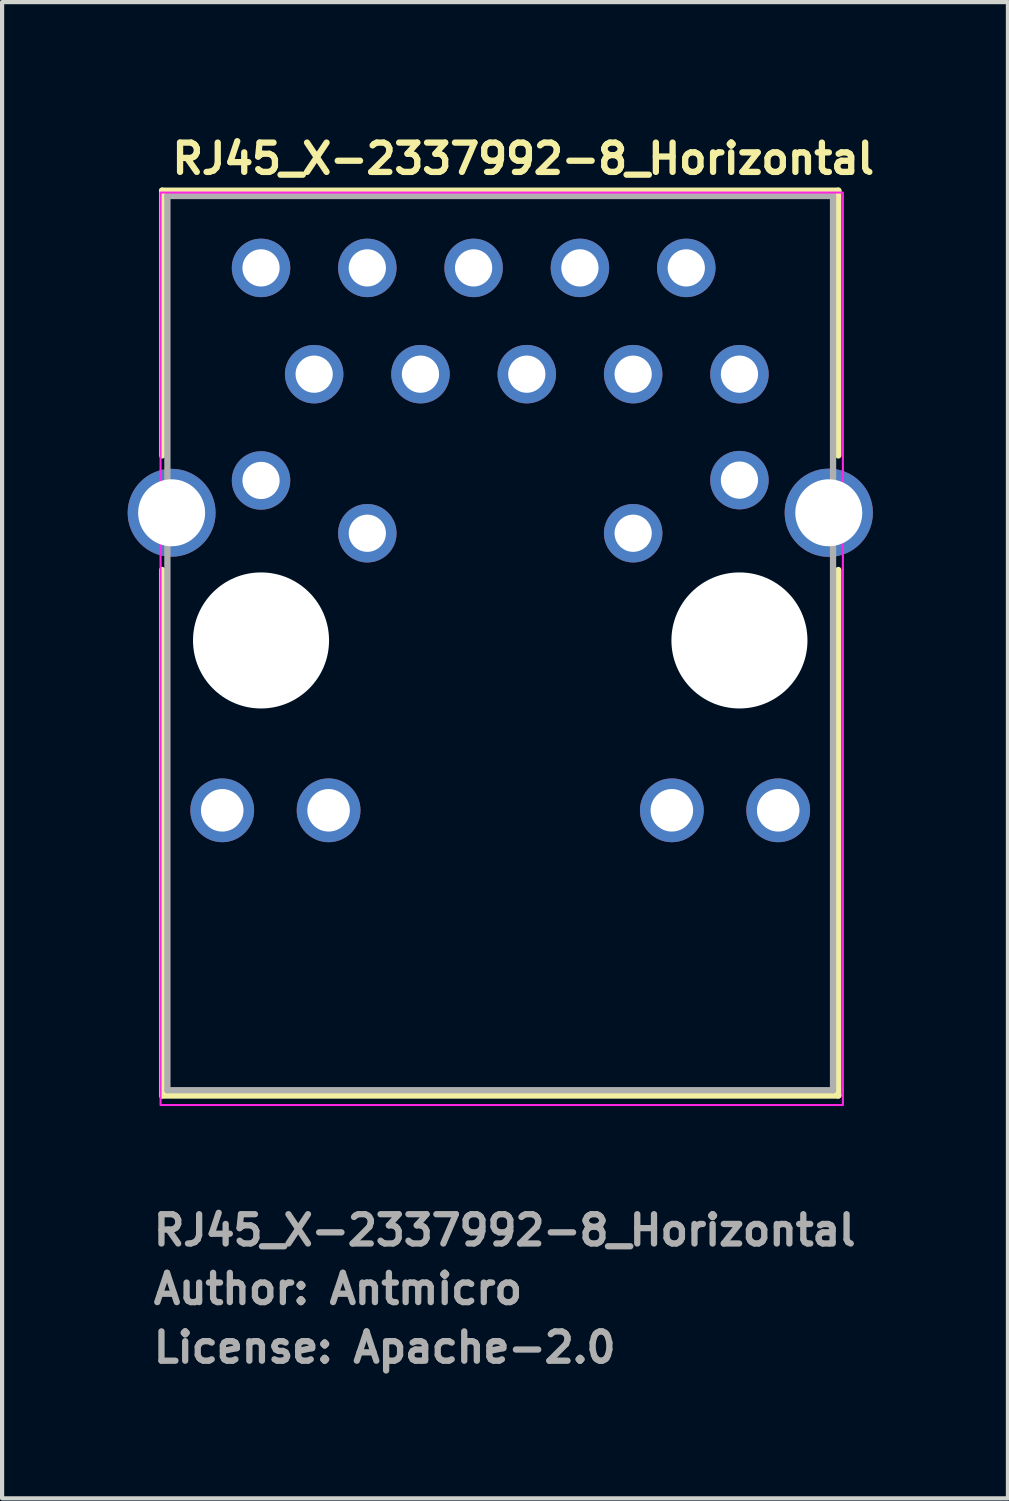
<source format=kicad_pcb>
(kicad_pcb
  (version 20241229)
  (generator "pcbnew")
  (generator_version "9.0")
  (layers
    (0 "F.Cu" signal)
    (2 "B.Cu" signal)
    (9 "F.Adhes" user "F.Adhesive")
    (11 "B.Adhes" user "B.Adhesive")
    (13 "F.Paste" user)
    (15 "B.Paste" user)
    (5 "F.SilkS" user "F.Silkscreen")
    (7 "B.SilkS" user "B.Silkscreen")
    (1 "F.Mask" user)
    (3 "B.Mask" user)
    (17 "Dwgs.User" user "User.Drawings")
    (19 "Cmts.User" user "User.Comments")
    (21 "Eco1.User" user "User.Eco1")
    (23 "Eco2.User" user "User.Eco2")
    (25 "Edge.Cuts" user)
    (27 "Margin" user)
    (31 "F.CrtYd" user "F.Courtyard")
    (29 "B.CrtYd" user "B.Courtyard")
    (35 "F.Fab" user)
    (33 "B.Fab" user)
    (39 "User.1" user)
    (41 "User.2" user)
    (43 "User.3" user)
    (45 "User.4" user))
  (footprint "RJ45_X-2337992-8_Horizontal"
    (layer "F.Cu")
    (at 3.186 3.35)
    (property "Reference" "RJ45_X-2337992-8_Horizontal" (at -2.2 -2.2 0) (layer "F.SilkS") (effects (font (size 0.7 0.7) (thickness 0.15)) (justify left bottom)))
    (attr through_hole)
    (fp_line (start -2.363 -1.845) (end -2.363 4.48) (stroke (width 0.15) (type solid)) (layer "F.SilkS"))
    (fp_line (start -2.363 7.217) (end -2.363 19.771) (stroke (width 0.15) (type solid)) (layer "F.SilkS"))
    (fp_line (start -2.363 19.771) (end 13.791 19.771) (stroke (width 0.15) (type solid)) (layer "F.SilkS"))
    (fp_line (start 13.791 -1.845) (end -2.363 -1.845) (stroke (width 0.15) (type solid)) (layer "F.SilkS"))
    (fp_line (start 13.791 4.48) (end 13.791 -1.845) (stroke (width 0.15) (type solid)) (layer "F.SilkS"))
    (fp_line (start 13.791 19.771) (end 13.791 7.217) (stroke (width 0.15) (type solid)) (layer "F.SilkS"))
    (fp_rect (start -2.4 -1.8) (end 13.9 19.999) (stroke (width 0.05) (type solid)) (fill no) (layer "F.CrtYd"))
    (fp_line (start -2.237 -1.718) (end -2.237 19.644) (stroke (width 0.15) (type solid)) (layer "F.Fab"))
    (fp_line (start -2.237 19.644) (end 13.665 19.644) (stroke (width 0.15) (type solid)) (layer "F.Fab"))
    (fp_line (start 13.665 -1.718) (end -2.237 -1.718) (stroke (width 0.15) (type solid)) (layer "F.Fab"))
    (fp_line (start 13.665 19.644) (end 13.665 -1.718) (stroke (width 0.15) (type solid)) (layer "F.Fab"))
    (fp_rect (start -2.351 -1.601) (end 13.848 19.999) (stroke (width 0.1) (type solid)) (fill no) (layer "User.5"))
    (fp_line (start -2.351 5.922) (end -2.351 5.95) (stroke (width 0.02) (type solid)) (layer "User.9"))
    (fp_line (start -2.351 5.95) (end -2.351 5.95) (stroke (width 0.02) (type solid)) (layer "User.9"))
    (fp_line (start -2.351 5.95) (end -2.351 5.975) (stroke (width 0.02) (type solid)) (layer "User.9"))
    (fp_line (start -2.351 5.975) (end -2.348 6.002) (stroke (width 0.02) (type solid)) (layer "User.9"))
    (fp_line (start -2.348 5.895) (end -2.351 5.922) (stroke (width 0.02) (type solid)) (layer "User.9"))
    (fp_line (start -2.348 6.002) (end -2.346 6.028) (stroke (width 0.02) (type solid)) (layer "User.9"))
    (fp_line (start -2.346 5.869) (end -2.348 5.895) (stroke (width 0.02) (type solid)) (layer "User.9"))
    (fp_line (start -2.346 6.028) (end -2.342 6.054) (stroke (width 0.02) (type solid)) (layer "User.9"))
    (fp_line (start -2.342 5.844) (end -2.346 5.869) (stroke (width 0.02) (type solid)) (layer "User.9"))
    (fp_line (start -2.342 6.054) (end -2.335 6.081) (stroke (width 0.02) (type solid)) (layer "User.9"))
    (fp_line (start -2.335 5.818) (end -2.342 5.844) (stroke (width 0.02) (type solid)) (layer "User.9"))
    (fp_line (start -2.335 6.081) (end -2.33 6.107) (stroke (width 0.02) (type solid)) (layer "User.9"))
    (fp_line (start -2.33 5.791) (end -2.335 5.818) (stroke (width 0.02) (type solid)) (layer "User.9"))
    (fp_line (start -2.33 6.107) (end -2.322 6.132) (stroke (width 0.02) (type solid)) (layer "User.9"))
    (fp_line (start -2.322 5.767) (end -2.33 5.791) (stroke (width 0.02) (type solid)) (layer "User.9"))
    (fp_line (start -2.322 6.132) (end -2.312 6.156) (stroke (width 0.02) (type solid)) (layer "User.9"))
    (fp_line (start -2.312 5.741) (end -2.322 5.767) (stroke (width 0.02) (type solid)) (layer "User.9"))
    (fp_line (start -2.312 6.156) (end -2.302 6.182) (stroke (width 0.02) (type solid)) (layer "User.9"))
    (fp_line (start -2.302 5.717) (end -2.312 5.741) (stroke (width 0.02) (type solid)) (layer "User.9"))
    (fp_line (start -2.302 6.182) (end -2.29 6.206) (stroke (width 0.02) (type solid)) (layer "User.9"))
    (fp_line (start -2.29 5.693) (end -2.302 5.717) (stroke (width 0.02) (type solid)) (layer "User.9"))
    (fp_line (start -2.29 6.206) (end -2.278 6.228) (stroke (width 0.02) (type solid)) (layer "User.9"))
    (fp_line (start -2.278 5.669) (end -2.29 5.693) (stroke (width 0.02) (type solid)) (layer "User.9"))
    (fp_line (start -2.278 6.228) (end -2.265 6.251) (stroke (width 0.02) (type solid)) (layer "User.9"))
    (fp_line (start -2.265 5.647) (end -2.278 5.669) (stroke (width 0.02) (type solid)) (layer "User.9"))
    (fp_line (start -2.265 6.251) (end -2.25 6.273) (stroke (width 0.02) (type solid)) (layer "User.9"))
    (fp_line (start -2.25 5.624) (end -2.265 5.647) (stroke (width 0.02) (type solid)) (layer "User.9"))
    (fp_line (start -2.25 6.273) (end -2.234 6.296) (stroke (width 0.02) (type solid)) (layer "User.9"))
    (fp_line (start -2.234 5.602) (end -2.25 5.624) (stroke (width 0.02) (type solid)) (layer "User.9"))
    (fp_line (start -2.234 6.296) (end -2.218 6.317) (stroke (width 0.02) (type solid)) (layer "User.9"))
    (fp_line (start -2.218 5.581) (end -2.234 5.602) (stroke (width 0.02) (type solid)) (layer "User.9"))
    (fp_line (start -2.218 6.317) (end -2.202 6.336) (stroke (width 0.02) (type solid)) (layer "User.9"))
    (fp_line (start -2.202 5.562) (end -2.218 5.581) (stroke (width 0.02) (type solid)) (layer "User.9"))
    (fp_line (start -2.202 19.548) (end -2.202 -1.401) (stroke (width 0.02) (type solid)) (layer "User.9"))
    (fp_line (start -2.202 19.548) (end -2.201 19.559) (stroke (width 0.02) (type solid)) (layer "User.9"))
    (fp_line (start -2.201 -1.42) (end -2.201 -1.41) (stroke (width 0.02) (type solid)) (layer "User.9"))
    (fp_line (start -2.201 -1.41) (end -2.202 -1.401) (stroke (width 0.02) (type solid)) (layer "User.9"))
    (fp_line (start -2.201 19.559) (end -2.201 19.568) (stroke (width 0.02) (type solid)) (layer "User.9"))
    (fp_line (start -2.201 19.568) (end -2.198 19.579) (stroke (width 0.02) (type solid)) (layer "User.9"))
    (fp_line (start -2.198 -1.44) (end -2.198 -1.43) (stroke (width 0.02) (type solid)) (layer "User.9"))
    (fp_line (start -2.198 -1.43) (end -2.201 -1.42) (stroke (width 0.02) (type solid)) (layer "User.9"))
    (fp_line (start -2.198 19.579) (end -2.198 19.588) (stroke (width 0.02) (type solid)) (layer "User.9"))
    (fp_line (start -2.198 19.588) (end -2.194 19.597) (stroke (width 0.02) (type solid)) (layer "User.9"))
    (fp_line (start -2.194 -1.45) (end -2.198 -1.44) (stroke (width 0.02) (type solid)) (layer "User.9"))
    (fp_line (start -2.194 19.597) (end -2.193 19.608) (stroke (width 0.02) (type solid)) (layer "User.9"))
    (fp_line (start -2.193 -1.46) (end -2.194 -1.45) (stroke (width 0.02) (type solid)) (layer "User.9"))
    (fp_line (start -2.193 19.608) (end -2.19 19.617) (stroke (width 0.02) (type solid)) (layer "User.9"))
    (fp_line (start -2.19 -1.468) (end -2.193 -1.46) (stroke (width 0.02) (type solid)) (layer "User.9"))
    (fp_line (start -2.19 19.617) (end -2.186 19.626) (stroke (width 0.02) (type solid)) (layer "User.9"))
    (fp_line (start -2.186 -1.478) (end -2.19 -1.468) (stroke (width 0.02) (type solid)) (layer "User.9"))
    (fp_line (start -2.186 19.626) (end -2.182 19.635) (stroke (width 0.02) (type solid)) (layer "User.9"))
    (fp_line (start -2.182 -1.486) (end -2.186 -1.478) (stroke (width 0.02) (type solid)) (layer "User.9"))
    (fp_line (start -2.182 19.635) (end -2.178 19.644) (stroke (width 0.02) (type solid)) (layer "User.9"))
    (fp_line (start -2.178 -1.496) (end -2.182 -1.486) (stroke (width 0.02) (type solid)) (layer "User.9"))
    (fp_line (start -2.178 19.644) (end -2.173 19.652) (stroke (width 0.02) (type solid)) (layer "User.9"))
    (fp_line (start -2.173 -1.504) (end -2.178 -1.496) (stroke (width 0.02) (type solid)) (layer "User.9"))
    (fp_line (start -2.173 19.652) (end -2.168 19.659) (stroke (width 0.02) (type solid)) (layer "User.9"))
    (fp_line (start -2.168 -1.512) (end -2.173 -1.504) (stroke (width 0.02) (type solid)) (layer "User.9"))
    (fp_line (start -2.168 19.659) (end -2.161 19.667) (stroke (width 0.02) (type solid)) (layer "User.9"))
    (fp_line (start -2.161 -1.52) (end -2.168 -1.512) (stroke (width 0.02) (type solid)) (layer "User.9"))
    (fp_line (start -2.161 19.667) (end -2.156 19.676) (stroke (width 0.02) (type solid)) (layer "User.9"))
    (fp_line (start -2.156 -1.528) (end -2.161 -1.52) (stroke (width 0.02) (type solid)) (layer "User.9"))
    (fp_line (start -2.156 19.676) (end -2.149 19.684) (stroke (width 0.02) (type solid)) (layer "User.9"))
    (fp_line (start -2.149 -1.536) (end -2.156 -1.528) (stroke (width 0.02) (type solid)) (layer "User.9"))
    (fp_line (start -2.149 19.684) (end -2.142 19.69) (stroke (width 0.02) (type solid)) (layer "User.9"))
    (fp_line (start -2.142 -1.543) (end -2.149 -1.536) (stroke (width 0.02) (type solid)) (layer "User.9"))
    (fp_line (start -2.142 -1.543) (end -2.142 -1.543) (stroke (width 0.02) (type solid)) (layer "User.9"))
    (fp_line (start -2.142 19.69) (end -2.142 19.69) (stroke (width 0.02) (type solid)) (layer "User.9"))
    (fp_line (start -2.142 19.69) (end -2.136 19.697) (stroke (width 0.02) (type solid)) (layer "User.9"))
    (fp_line (start -2.136 -1.549) (end -2.142 -1.543) (stroke (width 0.02) (type solid)) (layer "User.9"))
    (fp_line (start -2.136 19.697) (end -2.128 19.704) (stroke (width 0.02) (type solid)) (layer "User.9"))
    (fp_line (start -2.128 -1.555) (end -2.136 -1.549) (stroke (width 0.02) (type solid)) (layer "User.9"))
    (fp_line (start -2.128 19.704) (end -2.12 19.71) (stroke (width 0.02) (type solid)) (layer "User.9"))
    (fp_line (start -2.12 -1.561) (end -2.128 -1.555) (stroke (width 0.02) (type solid)) (layer "User.9"))
    (fp_line (start -2.12 19.71) (end -2.112 19.716) (stroke (width 0.02) (type solid)) (layer "User.9"))
    (fp_line (start -2.112 -1.567) (end -2.12 -1.561) (stroke (width 0.02) (type solid)) (layer "User.9"))
    (fp_line (start -2.112 19.716) (end -2.104 19.72) (stroke (width 0.02) (type solid)) (layer "User.9"))
    (fp_line (start -2.104 -1.573) (end -2.112 -1.567) (stroke (width 0.02) (type solid)) (layer "User.9"))
    (fp_line (start -2.104 19.72) (end -2.096 19.725) (stroke (width 0.02) (type solid)) (layer "User.9"))
    (fp_line (start -2.096 -1.577) (end -2.104 -1.573) (stroke (width 0.02) (type solid)) (layer "User.9"))
    (fp_line (start -2.096 19.725) (end -2.086 19.73) (stroke (width 0.02) (type solid)) (layer "User.9"))
    (fp_line (start -2.086 -1.581) (end -2.096 -1.577) (stroke (width 0.02) (type solid)) (layer "User.9"))
    (fp_line (start -2.086 19.73) (end -2.077 19.734) (stroke (width 0.02) (type solid)) (layer "User.9"))
    (fp_line (start -2.077 -1.585) (end -2.086 -1.581) (stroke (width 0.02) (type solid)) (layer "User.9"))
    (fp_line (start -2.077 19.734) (end -2.069 19.737) (stroke (width 0.02) (type solid)) (layer "User.9"))
    (fp_line (start -2.069 -1.589) (end -2.077 -1.585) (stroke (width 0.02) (type solid)) (layer "User.9"))
    (fp_line (start -2.069 19.737) (end -2.06 19.74) (stroke (width 0.02) (type solid)) (layer "User.9"))
    (fp_line (start -2.06 -1.593) (end -2.069 -1.589) (stroke (width 0.02) (type solid)) (layer "User.9"))
    (fp_line (start -2.06 19.74) (end -2.049 19.743) (stroke (width 0.02) (type solid)) (layer "User.9"))
    (fp_line (start -2.049 -1.595) (end -2.06 -1.593) (stroke (width 0.02) (type solid)) (layer "User.9"))
    (fp_line (start -2.049 19.743) (end -2.04 19.745) (stroke (width 0.02) (type solid)) (layer "User.9"))
    (fp_line (start -2.04 -1.597) (end -2.049 -1.595) (stroke (width 0.02) (type solid)) (layer "User.9"))
    (fp_line (start -2.04 19.745) (end -2.031 19.746) (stroke (width 0.02) (type solid)) (layer "User.9"))
    (fp_line (start -2.031 -1.599) (end -2.04 -1.597) (stroke (width 0.02) (type solid)) (layer "User.9"))
    (fp_line (start -2.031 19.746) (end -2.02 19.748) (stroke (width 0.02) (type solid)) (layer "User.9"))
    (fp_line (start -2.02 -1.601) (end -2.031 -1.599) (stroke (width 0.02) (type solid)) (layer "User.9"))
    (fp_line (start -2.02 19.748) (end -2.011 19.748) (stroke (width 0.02) (type solid)) (layer "User.9"))
    (fp_line (start -2.011 -1.601) (end -2.02 -1.601) (stroke (width 0.02) (type solid)) (layer "User.9"))
    (fp_line (start -2.011 19.748) (end -2 19.748) (stroke (width 0.02) (type solid)) (layer "User.9"))
    (fp_line (start -2 -1.601) (end -2.011 -1.601) (stroke (width 0.02) (type solid)) (layer "User.9"))
    (fp_line (start -2 -1.601) (end 13.499 -1.601) (stroke (width 0.02) (type solid)) (layer "User.9"))
    (fp_line (start -2 -1.401) (end -2 -1.601) (stroke (width 0.02) (type solid)) (layer "User.9"))
    (fp_line (start -2 19.548) (end -2.202 19.548) (stroke (width 0.02) (type solid)) (layer "User.9"))
    (fp_line (start -2 19.748) (end -2 19.548) (stroke (width 0.02) (type solid)) (layer "User.9"))
    (fp_line (start -0.589 19.748) (end -0.475 19.807) (stroke (width 0.02) (type solid)) (layer "User.9"))
    (fp_line (start -0.475 19.807) (end -0.357 19.859) (stroke (width 0.02) (type solid)) (layer "User.9"))
    (fp_line (start -0.357 19.859) (end -0.239 19.902) (stroke (width 0.02) (type solid)) (layer "User.9"))
    (fp_line (start -0.239 19.902) (end -0.118 19.937) (stroke (width 0.02) (type solid)) (layer "User.9"))
    (fp_line (start -0.118 19.937) (end 0.006 19.964) (stroke (width 0.02) (type solid)) (layer "User.9"))
    (fp_line (start 0.006 19.964) (end 0.13 19.984) (stroke (width 0.02) (type solid)) (layer "User.9"))
    (fp_line (start 0.13 19.984) (end 0.253 19.995) (stroke (width 0.02) (type solid)) (layer "User.9"))
    (fp_line (start 0.253 19.995) (end 0.379 19.999) (stroke (width 0.02) (type solid)) (layer "User.9"))
    (fp_line (start 0.379 19.999) (end 0.504 19.995) (stroke (width 0.02) (type solid)) (layer "User.9"))
    (fp_line (start 0.504 19.995) (end 0.628 19.984) (stroke (width 0.02) (type solid)) (layer "User.9"))
    (fp_line (start 0.628 19.984) (end 0.752 19.964) (stroke (width 0.02) (type solid)) (layer "User.9"))
    (fp_line (start 0.752 19.964) (end 0.875 19.937) (stroke (width 0.02) (type solid)) (layer "User.9"))
    (fp_line (start 0.875 19.937) (end 0.996 19.902) (stroke (width 0.02) (type solid)) (layer "User.9"))
    (fp_line (start 0.996 19.902) (end 1.116 19.859) (stroke (width 0.02) (type solid)) (layer "User.9"))
    (fp_line (start 1.116 19.859) (end 1.233 19.807) (stroke (width 0.02) (type solid)) (layer "User.9"))
    (fp_line (start 1.233 19.807) (end 1.348 19.748) (stroke (width 0.02) (type solid)) (layer "User.9"))
    (fp_line (start 10.15 19.748) (end 10.265 19.807) (stroke (width 0.02) (type solid)) (layer "User.9"))
    (fp_line (start 10.265 19.807) (end 10.383 19.859) (stroke (width 0.02) (type solid)) (layer "User.9"))
    (fp_line (start 10.383 19.859) (end 10.502 19.902) (stroke (width 0.02) (type solid)) (layer "User.9"))
    (fp_line (start 10.502 19.902) (end 10.623 19.937) (stroke (width 0.02) (type solid)) (layer "User.9"))
    (fp_line (start 10.623 19.937) (end 10.746 19.964) (stroke (width 0.02) (type solid)) (layer "User.9"))
    (fp_line (start 10.746 19.964) (end 10.87 19.984) (stroke (width 0.02) (type solid)) (layer "User.9"))
    (fp_line (start 10.87 19.984) (end 10.995 19.995) (stroke (width 0.02) (type solid)) (layer "User.9"))
    (fp_line (start 10.995 19.995) (end 11.118 19.998) (stroke (width 0.02) (type solid)) (layer "User.9"))
    (fp_line (start 11.118 19.998) (end 11.243 19.995) (stroke (width 0.02) (type solid)) (layer "User.9"))
    (fp_line (start 11.243 19.995) (end 11.368 19.984) (stroke (width 0.02) (type solid)) (layer "User.9"))
    (fp_line (start 11.368 19.984) (end 11.493 19.964) (stroke (width 0.02) (type solid)) (layer "User.9"))
    (fp_line (start 11.493 19.964) (end 11.615 19.937) (stroke (width 0.02) (type solid)) (layer "User.9"))
    (fp_line (start 11.615 19.937) (end 11.736 19.902) (stroke (width 0.02) (type solid)) (layer "User.9"))
    (fp_line (start 11.736 19.902) (end 11.855 19.859) (stroke (width 0.02) (type solid)) (layer "User.9"))
    (fp_line (start 11.855 19.859) (end 11.973 19.807) (stroke (width 0.02) (type solid)) (layer "User.9"))
    (fp_line (start 11.973 19.807) (end 12.088 19.748) (stroke (width 0.02) (type solid)) (layer "User.9"))
    (fp_line (start 13.499 -1.601) (end 13.499 -1.401) (stroke (width 0.02) (type solid)) (layer "User.9"))
    (fp_line (start 13.499 19.748) (end -2 19.748) (stroke (width 0.02) (type solid)) (layer "User.9"))
    (fp_line (start 13.499 19.748) (end 13.509 19.748) (stroke (width 0.02) (type solid)) (layer "User.9"))
    (fp_line (start 13.509 -1.601) (end 13.499 -1.601) (stroke (width 0.02) (type solid)) (layer "User.9"))
    (fp_line (start 13.509 19.748) (end 13.518 19.748) (stroke (width 0.02) (type solid)) (layer "User.9"))
    (fp_line (start 13.518 19.748) (end 13.528 19.746) (stroke (width 0.02) (type solid)) (layer "User.9"))
    (fp_line (start 13.519 -1.599) (end 13.509 -1.601) (stroke (width 0.02) (type solid)) (layer "User.9"))
    (fp_line (start 13.528 19.746) (end 13.538 19.745) (stroke (width 0.02) (type solid)) (layer "User.9"))
    (fp_line (start 13.53 -1.599) (end 13.519 -1.599) (stroke (width 0.02) (type solid)) (layer "User.9"))
    (fp_line (start 13.538 19.745) (end 13.547 19.743) (stroke (width 0.02) (type solid)) (layer "User.9"))
    (fp_line (start 13.54 -1.597) (end 13.53 -1.599) (stroke (width 0.02) (type solid)) (layer "User.9"))
    (fp_line (start 13.547 19.743) (end 13.557 19.74) (stroke (width 0.02) (type solid)) (layer "User.9"))
    (fp_line (start 13.548 -1.595) (end 13.54 -1.597) (stroke (width 0.02) (type solid)) (layer "User.9"))
    (fp_line (start 13.557 19.74) (end 13.566 19.737) (stroke (width 0.02) (type solid)) (layer "User.9"))
    (fp_line (start 13.559 -1.593) (end 13.548 -1.595) (stroke (width 0.02) (type solid)) (layer "User.9"))
    (fp_line (start 13.566 19.737) (end 13.576 19.734) (stroke (width 0.02) (type solid)) (layer "User.9"))
    (fp_line (start 13.567 -1.589) (end 13.559 -1.593) (stroke (width 0.02) (type solid)) (layer "User.9"))
    (fp_line (start 13.576 -1.585) (end 13.567 -1.589) (stroke (width 0.02) (type solid)) (layer "User.9"))
    (fp_line (start 13.576 19.734) (end 13.585 19.73) (stroke (width 0.02) (type solid)) (layer "User.9"))
    (fp_line (start 13.585 19.73) (end 13.593 19.725) (stroke (width 0.02) (type solid)) (layer "User.9"))
    (fp_line (start 13.586 -1.581) (end 13.576 -1.585) (stroke (width 0.02) (type solid)) (layer "User.9"))
    (fp_line (start 13.593 19.725) (end 13.602 19.72) (stroke (width 0.02) (type solid)) (layer "User.9"))
    (fp_line (start 13.595 -1.577) (end 13.586 -1.581) (stroke (width 0.02) (type solid)) (layer "User.9"))
    (fp_line (start 13.602 -1.573) (end 13.595 -1.577) (stroke (width 0.02) (type solid)) (layer "User.9"))
    (fp_line (start 13.602 19.72) (end 13.609 19.716) (stroke (width 0.02) (type solid)) (layer "User.9"))
    (fp_line (start 13.609 19.716) (end 13.618 19.71) (stroke (width 0.02) (type solid)) (layer "User.9"))
    (fp_line (start 13.611 -1.567) (end 13.602 -1.573) (stroke (width 0.02) (type solid)) (layer "User.9"))
    (fp_line (start 13.618 -1.561) (end 13.611 -1.567) (stroke (width 0.02) (type solid)) (layer "User.9"))
    (fp_line (start 13.618 19.71) (end 13.625 19.704) (stroke (width 0.02) (type solid)) (layer "User.9"))
    (fp_line (start 13.625 19.704) (end 13.634 19.697) (stroke (width 0.02) (type solid)) (layer "User.9"))
    (fp_line (start 13.627 -1.555) (end 13.618 -1.561) (stroke (width 0.02) (type solid)) (layer "User.9"))
    (fp_line (start 13.634 -1.549) (end 13.627 -1.555) (stroke (width 0.02) (type solid)) (layer "User.9"))
    (fp_line (start 13.634 19.697) (end 13.64 19.69) (stroke (width 0.02) (type solid)) (layer "User.9"))
    (fp_line (start 13.64 -1.543) (end 13.634 -1.549) (stroke (width 0.02) (type solid)) (layer "User.9"))
    (fp_line (start 13.64 19.69) (end 13.64 19.69) (stroke (width 0.02) (type solid)) (layer "User.9"))
    (fp_line (start 13.64 19.69) (end 13.647 19.684) (stroke (width 0.02) (type solid)) (layer "User.9"))
    (fp_line (start 13.647 -1.536) (end 13.64 -1.543) (stroke (width 0.02) (type solid)) (layer "User.9"))
    (fp_line (start 13.647 19.684) (end 13.653 19.676) (stroke (width 0.02) (type solid)) (layer "User.9"))
    (fp_line (start 13.653 -1.528) (end 13.647 -1.536) (stroke (width 0.02) (type solid)) (layer "User.9"))
    (fp_line (start 13.653 19.676) (end 13.659 19.667) (stroke (width 0.02) (type solid)) (layer "User.9"))
    (fp_line (start 13.659 -1.52) (end 13.653 -1.528) (stroke (width 0.02) (type solid)) (layer "User.9"))
    (fp_line (start 13.659 19.667) (end 13.666 19.659) (stroke (width 0.02) (type solid)) (layer "User.9"))
    (fp_line (start 13.665 -1.512) (end 13.659 -1.52) (stroke (width 0.02) (type solid)) (layer "User.9"))
    (fp_line (start 13.666 19.659) (end 13.671 19.652) (stroke (width 0.02) (type solid)) (layer "User.9"))
    (fp_line (start 13.671 -1.504) (end 13.665 -1.512) (stroke (width 0.02) (type solid)) (layer "User.9"))
    (fp_line (start 13.671 19.652) (end 13.675 19.644) (stroke (width 0.02) (type solid)) (layer "User.9"))
    (fp_line (start 13.675 -1.496) (end 13.671 -1.504) (stroke (width 0.02) (type solid)) (layer "User.9"))
    (fp_line (start 13.675 19.644) (end 13.679 19.635) (stroke (width 0.02) (type solid)) (layer "User.9"))
    (fp_line (start 13.679 -1.488) (end 13.675 -1.496) (stroke (width 0.02) (type solid)) (layer "User.9"))
    (fp_line (start 13.679 19.635) (end 13.684 19.626) (stroke (width 0.02) (type solid)) (layer "User.9"))
    (fp_line (start 13.684 -1.478) (end 13.679 -1.488) (stroke (width 0.02) (type solid)) (layer "User.9"))
    (fp_line (start 13.684 19.626) (end 13.688 19.617) (stroke (width 0.02) (type solid)) (layer "User.9"))
    (fp_line (start 13.687 -1.47) (end 13.684 -1.478) (stroke (width 0.02) (type solid)) (layer "User.9"))
    (fp_line (start 13.688 19.617) (end 13.691 19.608) (stroke (width 0.02) (type solid)) (layer "User.9"))
    (fp_line (start 13.691 -1.46) (end 13.687 -1.47) (stroke (width 0.02) (type solid)) (layer "User.9"))
    (fp_line (start 13.691 19.608) (end 13.692 19.597) (stroke (width 0.02) (type solid)) (layer "User.9"))
    (fp_line (start 13.692 -1.45) (end 13.691 -1.46) (stroke (width 0.02) (type solid)) (layer "User.9"))
    (fp_line (start 13.692 19.597) (end 13.695 19.588) (stroke (width 0.02) (type solid)) (layer "User.9"))
    (fp_line (start 13.694 -1.442) (end 13.692 -1.45) (stroke (width 0.02) (type solid)) (layer "User.9"))
    (fp_line (start 13.695 19.588) (end 13.697 19.579) (stroke (width 0.02) (type solid)) (layer "User.9"))
    (fp_line (start 13.697 -1.432) (end 13.694 -1.442) (stroke (width 0.02) (type solid)) (layer "User.9"))
    (fp_line (start 13.697 19.579) (end 13.698 19.568) (stroke (width 0.02) (type solid)) (layer "User.9"))
    (fp_line (start 13.698 -1.422) (end 13.697 -1.432) (stroke (width 0.02) (type solid)) (layer "User.9"))
    (fp_line (start 13.698 -1.412) (end 13.698 -1.422) (stroke (width 0.02) (type solid)) (layer "User.9"))
    (fp_line (start 13.698 -1.401) (end 13.698 -1.412) (stroke (width 0.02) (type solid)) (layer "User.9"))
    (fp_line (start 13.698 5.562) (end 13.707 5.57) (stroke (width 0.02) (type solid)) (layer "User.9"))
    (fp_line (start 13.698 6.336) (end 13.717 6.317) (stroke (width 0.02) (type solid)) (layer "User.9"))
    (fp_line (start 13.698 19.548) (end 13.499 19.548) (stroke (width 0.02) (type solid)) (layer "User.9"))
    (fp_line (start 13.698 19.548) (end 13.698 -1.401) (stroke (width 0.02) (type solid)) (layer "User.9"))
    (fp_line (start 13.698 19.559) (end 13.698 19.548) (stroke (width 0.02) (type solid)) (layer "User.9"))
    (fp_line (start 13.698 19.568) (end 13.698 19.559) (stroke (width 0.02) (type solid)) (layer "User.9"))
    (fp_line (start 13.707 5.57) (end 13.714 5.578) (stroke (width 0.02) (type solid)) (layer "User.9"))
    (fp_line (start 13.714 5.578) (end 13.72 5.586) (stroke (width 0.02) (type solid)) (layer "User.9"))
    (fp_line (start 13.717 5.581) (end 13.698 5.562) (stroke (width 0.02) (type solid)) (layer "User.9"))
    (fp_line (start 13.717 6.317) (end 13.733 6.296) (stroke (width 0.02) (type solid)) (layer "User.9"))
    (fp_line (start 13.72 5.586) (end 13.727 5.594) (stroke (width 0.02) (type solid)) (layer "User.9"))
    (fp_line (start 13.727 5.594) (end 13.733 5.602) (stroke (width 0.02) (type solid)) (layer "User.9"))
    (fp_line (start 13.733 5.602) (end 13.717 5.581) (stroke (width 0.02) (type solid)) (layer "User.9"))
    (fp_line (start 13.733 5.602) (end 13.739 5.611) (stroke (width 0.02) (type solid)) (layer "User.9"))
    (fp_line (start 13.733 6.296) (end 13.749 6.273) (stroke (width 0.02) (type solid)) (layer "User.9"))
    (fp_line (start 13.739 5.611) (end 13.746 5.619) (stroke (width 0.02) (type solid)) (layer "User.9"))
    (fp_line (start 13.746 5.619) (end 13.752 5.629) (stroke (width 0.02) (type solid)) (layer "User.9"))
    (fp_line (start 13.749 5.624) (end 13.733 5.602) (stroke (width 0.02) (type solid)) (layer "User.9"))
    (fp_line (start 13.749 6.273) (end 13.762 6.251) (stroke (width 0.02) (type solid)) (layer "User.9"))
    (fp_line (start 13.752 5.629) (end 13.758 5.637) (stroke (width 0.02) (type solid)) (layer "User.9"))
    (fp_line (start 13.758 5.637) (end 13.762 5.647) (stroke (width 0.02) (type solid)) (layer "User.9"))
    (fp_line (start 13.762 5.647) (end 13.749 5.624) (stroke (width 0.02) (type solid)) (layer "User.9"))
    (fp_line (start 13.762 5.647) (end 13.768 5.655) (stroke (width 0.02) (type solid)) (layer "User.9"))
    (fp_line (start 13.762 6.251) (end 13.777 6.228) (stroke (width 0.02) (type solid)) (layer "User.9"))
    (fp_line (start 13.768 5.655) (end 13.774 5.664) (stroke (width 0.02) (type solid)) (layer "User.9"))
    (fp_line (start 13.774 5.664) (end 13.778 5.674) (stroke (width 0.02) (type solid)) (layer "User.9"))
    (fp_line (start 13.777 5.669) (end 13.762 5.647) (stroke (width 0.02) (type solid)) (layer "User.9"))
    (fp_line (start 13.777 6.228) (end 13.788 6.206) (stroke (width 0.02) (type solid)) (layer "User.9"))
    (fp_line (start 13.778 5.674) (end 13.784 5.684) (stroke (width 0.02) (type solid)) (layer "User.9"))
    (fp_line (start 13.784 5.684) (end 13.788 5.693) (stroke (width 0.02) (type solid)) (layer "User.9"))
    (fp_line (start 13.788 5.693) (end 13.777 5.669) (stroke (width 0.02) (type solid)) (layer "User.9"))
    (fp_line (start 13.788 5.693) (end 13.794 5.703) (stroke (width 0.02) (type solid)) (layer "User.9"))
    (fp_line (start 13.788 6.206) (end 13.8 6.182) (stroke (width 0.02) (type solid)) (layer "User.9"))
    (fp_line (start 13.8 5.717) (end 13.788 5.693) (stroke (width 0.02) (type solid)) (layer "User.9"))
    (fp_line (start 13.8 6.182) (end 13.81 6.156) (stroke (width 0.02) (type solid)) (layer "User.9"))
    (fp_line (start 13.81 5.741) (end 13.8 5.717) (stroke (width 0.02) (type solid)) (layer "User.9"))
    (fp_line (start 13.81 6.156) (end 13.819 6.132) (stroke (width 0.02) (type solid)) (layer "User.9"))
    (fp_line (start 13.819 5.767) (end 13.81 5.741) (stroke (width 0.02) (type solid)) (layer "User.9"))
    (fp_line (start 13.819 6.132) (end 13.827 6.107) (stroke (width 0.02) (type solid)) (layer "User.9"))
    (fp_line (start 13.827 5.791) (end 13.819 5.767) (stroke (width 0.02) (type solid)) (layer "User.9"))
    (fp_line (start 13.827 6.107) (end 13.833 6.081) (stroke (width 0.02) (type solid)) (layer "User.9"))
    (fp_line (start 13.833 5.818) (end 13.827 5.791) (stroke (width 0.02) (type solid)) (layer "User.9"))
    (fp_line (start 13.833 6.081) (end 13.839 6.054) (stroke (width 0.02) (type solid)) (layer "User.9"))
    (fp_line (start 13.839 5.844) (end 13.833 5.818) (stroke (width 0.02) (type solid)) (layer "User.9"))
    (fp_line (start 13.839 6.054) (end 13.843 6.028) (stroke (width 0.02) (type solid)) (layer "User.9"))
    (fp_line (start 13.843 5.869) (end 13.839 5.844) (stroke (width 0.02) (type solid)) (layer "User.9"))
    (fp_line (start 13.843 6.028) (end 13.846 6.002) (stroke (width 0.02) (type solid)) (layer "User.9"))
    (fp_line (start 13.846 5.895) (end 13.843 5.869) (stroke (width 0.02) (type solid)) (layer "User.9"))
    (fp_line (start 13.846 6.002) (end 13.848 5.975) (stroke (width 0.02) (type solid)) (layer "User.9"))
    (fp_line (start 13.848 5.922) (end 13.846 5.895) (stroke (width 0.02) (type solid)) (layer "User.9"))
    (fp_line (start 13.848 5.95) (end 13.848 5.922) (stroke (width 0.02) (type solid)) (layer "User.9"))
    (fp_line (start 13.848 5.95) (end 13.848 5.95) (stroke (width 0.02) (type solid)) (layer "User.9"))
    (fp_line (start 13.848 5.975) (end 13.848 5.95) (stroke (width 0.02) (type solid)) (layer "User.9"))
    (fp_text user "License: Apache-2.0" (at -2.644 26.2 0) (layer "F.Fab") (effects (font (size 0.7 0.7) (thickness 0.15)) (justify left bottom)))
    (fp_text user "${REFERENCE}" (at -2.644 23.4 0) (layer "F.Fab") (effects (font (size 0.7 0.7) (thickness 0.15)) (justify left bottom)))
    (fp_text user "Author: Antmicro" (at -2.644 24.8 0) (layer "F.Fab") (effects (font (size 0.7 0.7) (thickness 0.15)) (justify left bottom)))
    (pad "" np_thru_hole circle (at 0 8.9) (size 3.25 3.25) (drill 3.25) (layers "*.Cu" "*.Mask"))
    (pad "" np_thru_hole circle (at 11.429 8.9) (size 3.25 3.25) (drill 3.25) (layers "*.Cu" "*.Mask"))
    (pad "1" thru_hole circle (at 0 0) (size 1.397 1.397) (drill 0.889) (layers "*.Cu" "*.Mask"))
    (pad "2" thru_hole circle (at 1.269 2.539) (size 1.397 1.397) (drill 0.889) (layers "*.Cu" "*.Mask"))
    (pad "3" thru_hole circle (at 2.539 0) (size 1.397 1.397) (drill 0.889) (layers "*.Cu" "*.Mask"))
    (pad "4" thru_hole circle (at 3.809 2.539) (size 1.397 1.397) (drill 0.889) (layers "*.Cu" "*.Mask"))
    (pad "5" thru_hole circle (at 5.078 0) (size 1.397 1.397) (drill 0.889) (layers "*.Cu" "*.Mask"))
    (pad "6" thru_hole circle (at 6.349 2.539) (size 1.397 1.397) (drill 0.889) (layers "*.Cu" "*.Mask"))
    (pad "7" thru_hole circle (at 7.618 0) (size 1.397 1.397) (drill 0.889) (layers "*.Cu" "*.Mask"))
    (pad "8" thru_hole circle (at 8.89 2.539) (size 1.397 1.397) (drill 0.889) (layers "*.Cu" "*.Mask"))
    (pad "9" thru_hole circle (at 10.159 0) (size 1.397 1.397) (drill 0.889) (layers "*.Cu" "*.Mask"))
    (pad "10" thru_hole circle (at 11.429 2.539) (size 1.397 1.397) (drill 0.889) (layers "*.Cu" "*.Mask"))
    (pad "11" thru_hole circle (at 0 5.078) (size 1.397 1.397) (drill 0.889) (layers "*.Cu" "*.Mask"))
    (pad "12" thru_hole circle (at 2.539 6.339) (size 1.397 1.397) (drill 0.889) (layers "*.Cu" "*.Mask"))
    (pad "13" thru_hole circle (at 8.89 6.339) (size 1.397 1.397) (drill 0.889) (layers "*.Cu" "*.Mask"))
    (pad "14" thru_hole circle (at 11.429 5.07) (size 1.397 1.397) (drill 0.889) (layers "*.Cu" "*.Mask"))
    (pad "15" thru_hole circle (at -0.927 12.958) (size 1.524 1.524) (drill 1.016) (layers "*.Cu" "*.Mask"))
    (pad "16" thru_hole circle (at 1.614 12.958) (size 1.524 1.524) (drill 1.016) (layers "*.Cu" "*.Mask"))
    (pad "17" thru_hole circle (at 9.814 12.958) (size 1.524 1.524) (drill 1.016) (layers "*.Cu" "*.Mask"))
    (pad "18" thru_hole circle (at 12.355 12.958) (size 1.524 1.524) (drill 1.016) (layers "*.Cu" "*.Mask"))
    (pad "19" thru_hole circle (at -2.136 5.85) (size 2.1 2.1) (drill 1.6) (layers "*.Cu" "*.Mask"))
    (pad "20" thru_hole circle (at 13.563 5.85) (size 2.108 2.108) (drill 1.6) (layers "*.Cu" "*.Mask")))
  (gr_rect
    (start -3 -3)
    (end 21.029 32.745)
    (stroke (width 0.1) (type default))
    (fill no)
    (layer "Edge.Cuts")))
</source>
